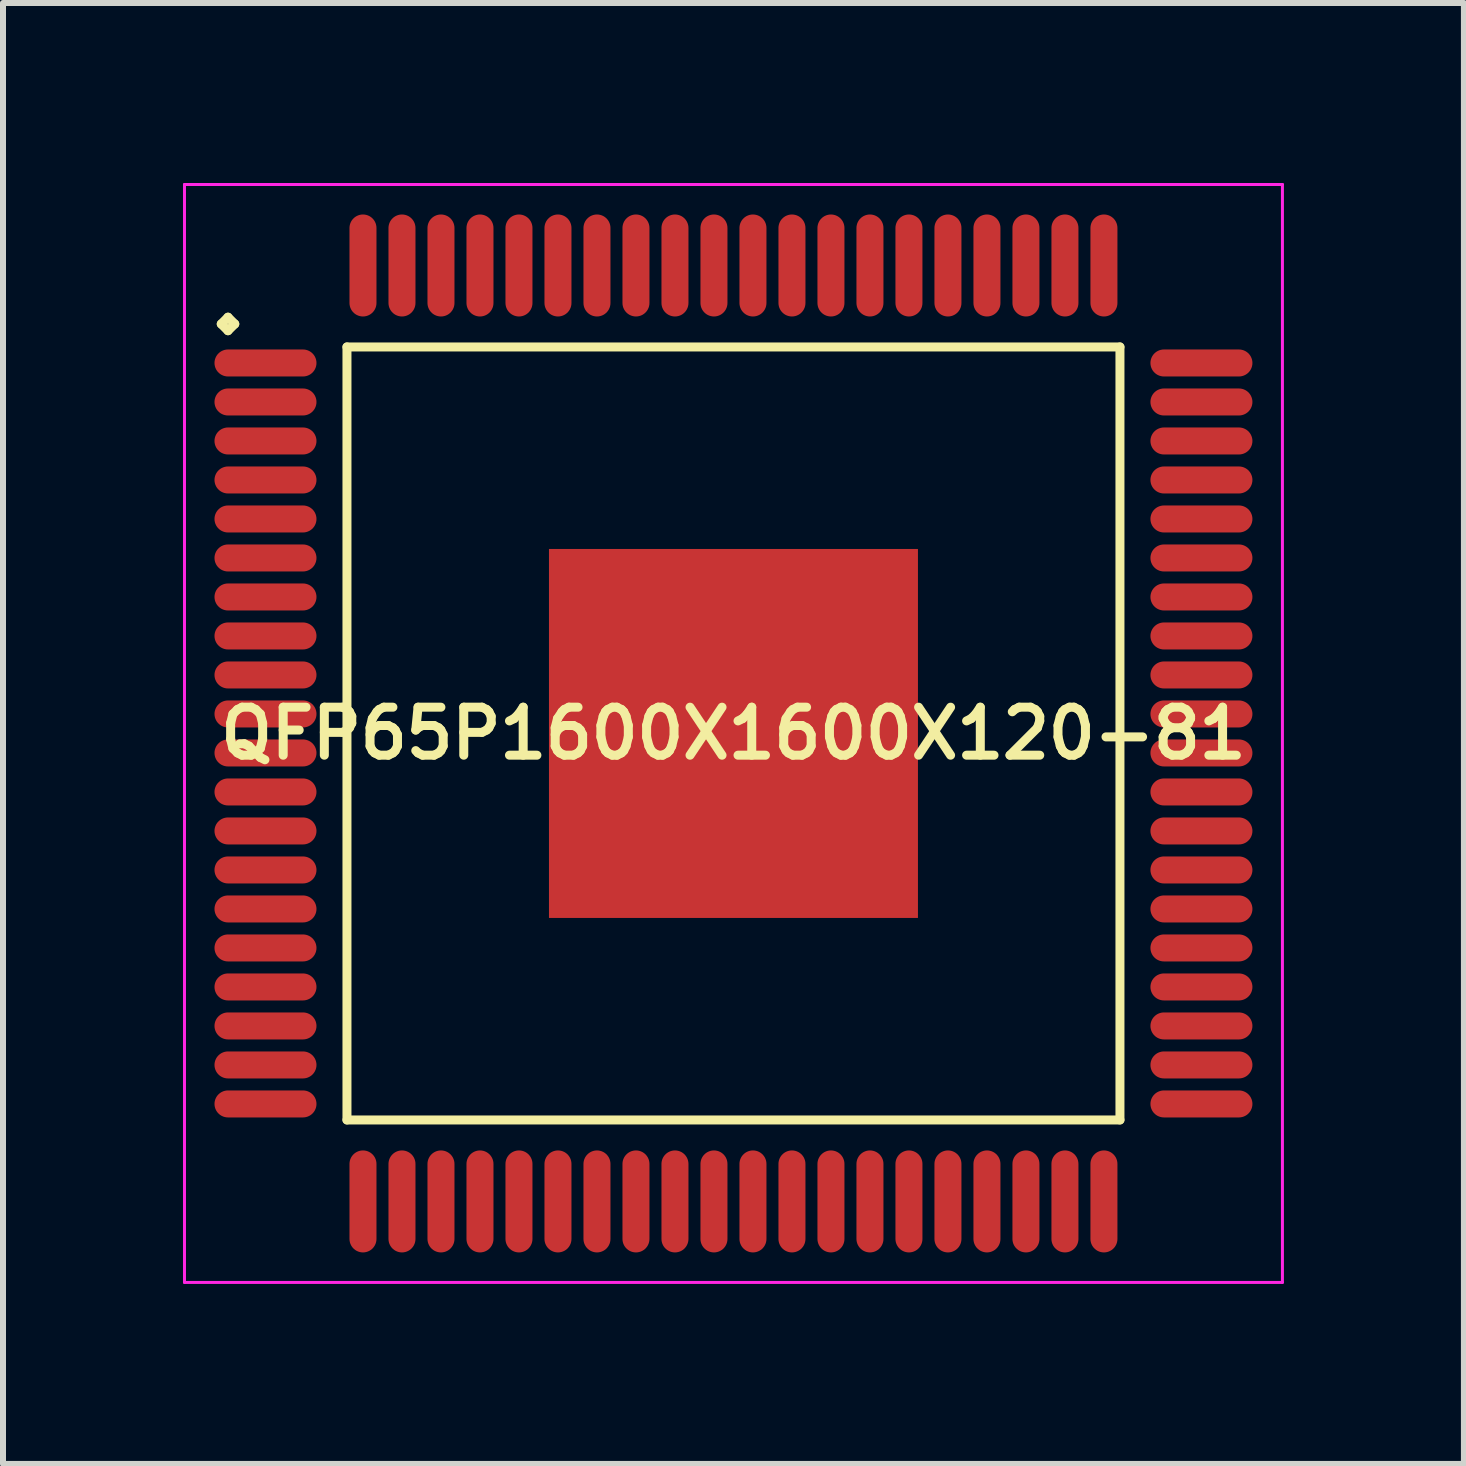
<source format=kicad_pcb>
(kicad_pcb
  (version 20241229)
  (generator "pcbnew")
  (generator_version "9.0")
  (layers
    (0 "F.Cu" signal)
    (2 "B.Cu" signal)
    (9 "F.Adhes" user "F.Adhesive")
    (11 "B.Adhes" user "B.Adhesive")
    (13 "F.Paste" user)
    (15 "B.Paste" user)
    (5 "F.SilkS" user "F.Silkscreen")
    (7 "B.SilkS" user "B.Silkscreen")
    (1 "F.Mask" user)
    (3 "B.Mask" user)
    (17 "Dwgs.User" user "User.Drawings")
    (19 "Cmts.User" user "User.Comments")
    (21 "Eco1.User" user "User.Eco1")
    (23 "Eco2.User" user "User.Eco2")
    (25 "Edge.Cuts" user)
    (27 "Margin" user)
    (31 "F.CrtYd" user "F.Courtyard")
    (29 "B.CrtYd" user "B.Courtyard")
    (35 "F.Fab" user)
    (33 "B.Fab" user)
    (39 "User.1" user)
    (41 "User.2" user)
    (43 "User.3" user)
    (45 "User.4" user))
  (footprint "QFP65P1600X1600X120-81"
    (layer "F.Cu")
    (at 9.175 9.175)
    (property "Reference" "QFP65P1600X1600X120-81" (at 0 0 0) (layer "F.SilkS") (effects (font (size 0.8 0.8) (thickness 0.15))))
    (attr smd)
    (fp_line (start -8.537 -6.825) (end -8.425 -6.938) (stroke (width 0.15) (type solid)) (layer "F.SilkS"))
    (fp_line (start -8.425 -6.938) (end -8.312 -6.825) (stroke (width 0.15) (type solid)) (layer "F.SilkS"))
    (fp_line (start -8.425 -6.713) (end -8.537 -6.825) (stroke (width 0.15) (type solid)) (layer "F.SilkS"))
    (fp_line (start -8.312 -6.825) (end -8.425 -6.713) (stroke (width 0.15) (type solid)) (layer "F.SilkS"))
    (fp_line (start -6.442 -6.442) (end -6.442 6.442) (stroke (width 0.15) (type solid)) (layer "F.SilkS"))
    (fp_line (start -6.442 6.442) (end 6.442 6.442) (stroke (width 0.15) (type solid)) (layer "F.SilkS"))
    (fp_line (start 6.442 -6.442) (end -6.442 -6.442) (stroke (width 0.15) (type solid)) (layer "F.SilkS"))
    (fp_line (start 6.442 6.442) (end 6.442 -6.442) (stroke (width 0.15) (type solid)) (layer "F.SilkS"))
    (fp_line (start -9.15 -9.15) (end 9.15 -9.15) (stroke (width 0.05) (type solid)) (layer "F.CrtYd"))
    (fp_line (start -9.15 9.15) (end -9.15 -9.15) (stroke (width 0.05) (type solid)) (layer "F.CrtYd"))
    (fp_line (start 9.15 -9.15) (end 9.15 9.15) (stroke (width 0.05) (type solid)) (layer "F.CrtYd"))
    (fp_line (start 9.15 9.15) (end -9.15 9.15) (stroke (width 0.05) (type solid)) (layer "F.CrtYd"))
    (pad "1" smd oval (at -7.8 -6.175) (size 1.7 0.45) (layers "F.Cu" "F.Mask" "F.Paste"))
    (pad "2" smd oval (at -7.8 -5.525) (size 1.7 0.45) (layers "F.Cu" "F.Mask" "F.Paste"))
    (pad "3" smd oval (at -7.8 -4.875) (size 1.7 0.45) (layers "F.Cu" "F.Mask" "F.Paste"))
    (pad "4" smd oval (at -7.8 -4.225) (size 1.7 0.45) (layers "F.Cu" "F.Mask" "F.Paste"))
    (pad "5" smd oval (at -7.8 -3.575) (size 1.7 0.45) (layers "F.Cu" "F.Mask" "F.Paste"))
    (pad "6" smd oval (at -7.8 -2.925) (size 1.7 0.45) (layers "F.Cu" "F.Mask" "F.Paste"))
    (pad "7" smd oval (at -7.8 -2.275) (size 1.7 0.45) (layers "F.Cu" "F.Mask" "F.Paste"))
    (pad "8" smd oval (at -7.8 -1.625) (size 1.7 0.45) (layers "F.Cu" "F.Mask" "F.Paste"))
    (pad "9" smd oval (at -7.8 -0.975) (size 1.7 0.45) (layers "F.Cu" "F.Mask" "F.Paste"))
    (pad "10" smd oval (at -7.8 -0.325) (size 1.7 0.45) (layers "F.Cu" "F.Mask" "F.Paste"))
    (pad "11" smd oval (at -7.8 0.325) (size 1.7 0.45) (layers "F.Cu" "F.Mask" "F.Paste"))
    (pad "12" smd oval (at -7.8 0.975) (size 1.7 0.45) (layers "F.Cu" "F.Mask" "F.Paste"))
    (pad "13" smd oval (at -7.8 1.625) (size 1.7 0.45) (layers "F.Cu" "F.Mask" "F.Paste"))
    (pad "14" smd oval (at -7.8 2.275) (size 1.7 0.45) (layers "F.Cu" "F.Mask" "F.Paste"))
    (pad "15" smd oval (at -7.8 2.925) (size 1.7 0.45) (layers "F.Cu" "F.Mask" "F.Paste"))
    (pad "16" smd oval (at -7.8 3.575) (size 1.7 0.45) (layers "F.Cu" "F.Mask" "F.Paste"))
    (pad "17" smd oval (at -7.8 4.225) (size 1.7 0.45) (layers "F.Cu" "F.Mask" "F.Paste"))
    (pad "18" smd oval (at -7.8 4.875) (size 1.7 0.45) (layers "F.Cu" "F.Mask" "F.Paste"))
    (pad "19" smd oval (at -7.8 5.525) (size 1.7 0.45) (layers "F.Cu" "F.Mask" "F.Paste"))
    (pad "20" smd oval (at -7.8 6.175) (size 1.7 0.45) (layers "F.Cu" "F.Mask" "F.Paste"))
    (pad "21" smd oval (at -6.175 7.8) (size 0.45 1.7) (layers "F.Cu" "F.Mask" "F.Paste"))
    (pad "22" smd oval (at -5.525 7.8) (size 0.45 1.7) (layers "F.Cu" "F.Mask" "F.Paste"))
    (pad "23" smd oval (at -4.875 7.8) (size 0.45 1.7) (layers "F.Cu" "F.Mask" "F.Paste"))
    (pad "24" smd oval (at -4.225 7.8) (size 0.45 1.7) (layers "F.Cu" "F.Mask" "F.Paste"))
    (pad "25" smd oval (at -3.575 7.8) (size 0.45 1.7) (layers "F.Cu" "F.Mask" "F.Paste"))
    (pad "26" smd oval (at -2.925 7.8) (size 0.45 1.7) (layers "F.Cu" "F.Mask" "F.Paste"))
    (pad "27" smd oval (at -2.275 7.8) (size 0.45 1.7) (layers "F.Cu" "F.Mask" "F.Paste"))
    (pad "28" smd oval (at -1.625 7.8) (size 0.45 1.7) (layers "F.Cu" "F.Mask" "F.Paste"))
    (pad "29" smd oval (at -0.975 7.8) (size 0.45 1.7) (layers "F.Cu" "F.Mask" "F.Paste"))
    (pad "30" smd oval (at -0.325 7.8) (size 0.45 1.7) (layers "F.Cu" "F.Mask" "F.Paste"))
    (pad "31" smd oval (at 0.325 7.8) (size 0.45 1.7) (layers "F.Cu" "F.Mask" "F.Paste"))
    (pad "32" smd oval (at 0.975 7.8) (size 0.45 1.7) (layers "F.Cu" "F.Mask" "F.Paste"))
    (pad "33" smd oval (at 1.625 7.8) (size 0.45 1.7) (layers "F.Cu" "F.Mask" "F.Paste"))
    (pad "34" smd oval (at 2.275 7.8) (size 0.45 1.7) (layers "F.Cu" "F.Mask" "F.Paste"))
    (pad "35" smd oval (at 2.925 7.8) (size 0.45 1.7) (layers "F.Cu" "F.Mask" "F.Paste"))
    (pad "36" smd oval (at 3.575 7.8) (size 0.45 1.7) (layers "F.Cu" "F.Mask" "F.Paste"))
    (pad "37" smd oval (at 4.225 7.8) (size 0.45 1.7) (layers "F.Cu" "F.Mask" "F.Paste"))
    (pad "38" smd oval (at 4.875 7.8) (size 0.45 1.7) (layers "F.Cu" "F.Mask" "F.Paste"))
    (pad "39" smd oval (at 5.525 7.8) (size 0.45 1.7) (layers "F.Cu" "F.Mask" "F.Paste"))
    (pad "40" smd oval (at 6.175 7.8) (size 0.45 1.7) (layers "F.Cu" "F.Mask" "F.Paste"))
    (pad "41" smd oval (at 7.8 6.175) (size 1.7 0.45) (layers "F.Cu" "F.Mask" "F.Paste"))
    (pad "42" smd oval (at 7.8 5.525) (size 1.7 0.45) (layers "F.Cu" "F.Mask" "F.Paste"))
    (pad "43" smd oval (at 7.8 4.875) (size 1.7 0.45) (layers "F.Cu" "F.Mask" "F.Paste"))
    (pad "44" smd oval (at 7.8 4.225) (size 1.7 0.45) (layers "F.Cu" "F.Mask" "F.Paste"))
    (pad "45" smd oval (at 7.8 3.575) (size 1.7 0.45) (layers "F.Cu" "F.Mask" "F.Paste"))
    (pad "46" smd oval (at 7.8 2.925) (size 1.7 0.45) (layers "F.Cu" "F.Mask" "F.Paste"))
    (pad "47" smd oval (at 7.8 2.275) (size 1.7 0.45) (layers "F.Cu" "F.Mask" "F.Paste"))
    (pad "48" smd oval (at 7.8 1.625) (size 1.7 0.45) (layers "F.Cu" "F.Mask" "F.Paste"))
    (pad "49" smd oval (at 7.8 0.975) (size 1.7 0.45) (layers "F.Cu" "F.Mask" "F.Paste"))
    (pad "50" smd oval (at 7.8 0.325) (size 1.7 0.45) (layers "F.Cu" "F.Mask" "F.Paste"))
    (pad "51" smd oval (at 7.8 -0.325) (size 1.7 0.45) (layers "F.Cu" "F.Mask" "F.Paste"))
    (pad "52" smd oval (at 7.8 -0.975) (size 1.7 0.45) (layers "F.Cu" "F.Mask" "F.Paste"))
    (pad "53" smd oval (at 7.8 -1.625) (size 1.7 0.45) (layers "F.Cu" "F.Mask" "F.Paste"))
    (pad "54" smd oval (at 7.8 -2.275) (size 1.7 0.45) (layers "F.Cu" "F.Mask" "F.Paste"))
    (pad "55" smd oval (at 7.8 -2.925) (size 1.7 0.45) (layers "F.Cu" "F.Mask" "F.Paste"))
    (pad "56" smd oval (at 7.8 -3.575) (size 1.7 0.45) (layers "F.Cu" "F.Mask" "F.Paste"))
    (pad "57" smd oval (at 7.8 -4.225) (size 1.7 0.45) (layers "F.Cu" "F.Mask" "F.Paste"))
    (pad "58" smd oval (at 7.8 -4.875) (size 1.7 0.45) (layers "F.Cu" "F.Mask" "F.Paste"))
    (pad "59" smd oval (at 7.8 -5.525) (size 1.7 0.45) (layers "F.Cu" "F.Mask" "F.Paste"))
    (pad "60" smd oval (at 7.8 -6.175) (size 1.7 0.45) (layers "F.Cu" "F.Mask" "F.Paste"))
    (pad "61" smd oval (at 6.175 -7.8) (size 0.45 1.7) (layers "F.Cu" "F.Mask" "F.Paste"))
    (pad "62" smd oval (at 5.525 -7.8) (size 0.45 1.7) (layers "F.Cu" "F.Mask" "F.Paste"))
    (pad "63" smd oval (at 4.875 -7.8) (size 0.45 1.7) (layers "F.Cu" "F.Mask" "F.Paste"))
    (pad "64" smd oval (at 4.225 -7.8) (size 0.45 1.7) (layers "F.Cu" "F.Mask" "F.Paste"))
    (pad "65" smd oval (at 3.575 -7.8) (size 0.45 1.7) (layers "F.Cu" "F.Mask" "F.Paste"))
    (pad "66" smd oval (at 2.925 -7.8) (size 0.45 1.7) (layers "F.Cu" "F.Mask" "F.Paste"))
    (pad "67" smd oval (at 2.275 -7.8) (size 0.45 1.7) (layers "F.Cu" "F.Mask" "F.Paste"))
    (pad "68" smd oval (at 1.625 -7.8) (size 0.45 1.7) (layers "F.Cu" "F.Mask" "F.Paste"))
    (pad "69" smd oval (at 0.975 -7.8) (size 0.45 1.7) (layers "F.Cu" "F.Mask" "F.Paste"))
    (pad "70" smd oval (at 0.325 -7.8) (size 0.45 1.7) (layers "F.Cu" "F.Mask" "F.Paste"))
    (pad "71" smd oval (at -0.325 -7.8) (size 0.45 1.7) (layers "F.Cu" "F.Mask" "F.Paste"))
    (pad "72" smd oval (at -0.975 -7.8) (size 0.45 1.7) (layers "F.Cu" "F.Mask" "F.Paste"))
    (pad "73" smd oval (at -1.625 -7.8) (size 0.45 1.7) (layers "F.Cu" "F.Mask" "F.Paste"))
    (pad "74" smd oval (at -2.275 -7.8) (size 0.45 1.7) (layers "F.Cu" "F.Mask" "F.Paste"))
    (pad "75" smd oval (at -2.925 -7.8) (size 0.45 1.7) (layers "F.Cu" "F.Mask" "F.Paste"))
    (pad "76" smd oval (at -3.575 -7.8) (size 0.45 1.7) (layers "F.Cu" "F.Mask" "F.Paste"))
    (pad "77" smd oval (at -4.225 -7.8) (size 0.45 1.7) (layers "F.Cu" "F.Mask" "F.Paste"))
    (pad "78" smd oval (at -4.875 -7.8) (size 0.45 1.7) (layers "F.Cu" "F.Mask" "F.Paste"))
    (pad "79" smd oval (at -5.525 -7.8) (size 0.45 1.7) (layers "F.Cu" "F.Mask" "F.Paste"))
    (pad "80" smd oval (at -6.175 -7.8) (size 0.45 1.7) (layers "F.Cu" "F.Mask" "F.Paste"))
    (pad "81" smd rect (at 0 0) (size 6.15 6.15) (layers "F.Cu" "F.Mask" "F.Paste")))
  (gr_rect
    (start -3 -3)
    (end 21.35 21.35)
    (stroke (width 0.1) (type default))
    (fill no)
    (layer "Edge.Cuts")))
</source>
